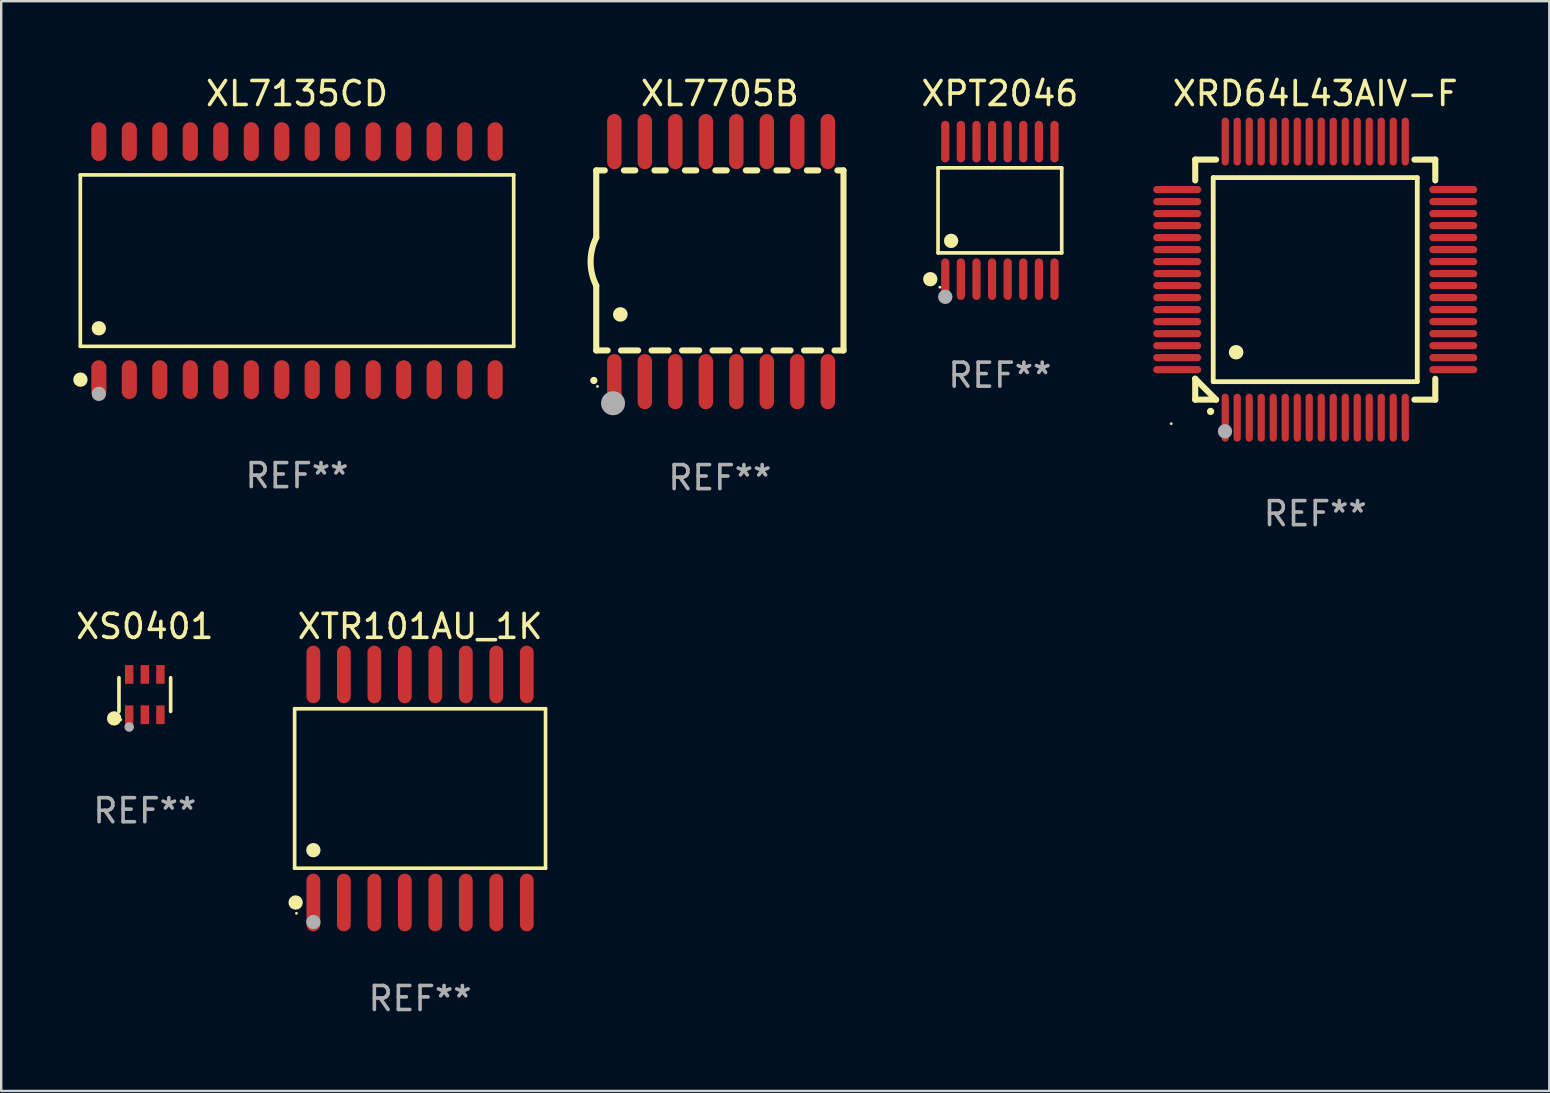
<source format=kicad_pcb>
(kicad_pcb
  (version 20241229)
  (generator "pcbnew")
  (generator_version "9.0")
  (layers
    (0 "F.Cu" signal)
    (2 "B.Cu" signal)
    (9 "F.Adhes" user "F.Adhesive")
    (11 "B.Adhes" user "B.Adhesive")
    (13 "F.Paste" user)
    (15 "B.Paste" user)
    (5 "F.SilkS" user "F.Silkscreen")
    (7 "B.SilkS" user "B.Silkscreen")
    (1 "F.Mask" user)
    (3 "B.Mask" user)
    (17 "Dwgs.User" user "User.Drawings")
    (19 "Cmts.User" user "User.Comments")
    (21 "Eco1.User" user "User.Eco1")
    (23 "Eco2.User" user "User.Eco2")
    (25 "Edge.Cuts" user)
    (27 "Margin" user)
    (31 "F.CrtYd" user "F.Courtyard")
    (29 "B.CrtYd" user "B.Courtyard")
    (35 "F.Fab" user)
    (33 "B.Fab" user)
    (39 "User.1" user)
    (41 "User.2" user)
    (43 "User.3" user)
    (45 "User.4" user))
  (footprint "XL7135CD"
    (layer "F.Cu")
    (at 9.322 7.806)
    (property "Reference" "XL7135CD" (at 0 -6.958 0) (layer "F.SilkS") (effects (font (size 1 1) (thickness 0.15))))
    (attr through_hole)
    (fp_line (start -9.026 -3.571) (end 9.026 -3.571) (stroke (width 0.152) (type solid)) (layer "F.SilkS"))
    (fp_line (start -9.026 3.571) (end -9.026 -3.571) (stroke (width 0.152) (type solid)) (layer "F.SilkS"))
    (fp_line (start 9.026 -3.571) (end 9.026 3.571) (stroke (width 0.152) (type solid)) (layer "F.SilkS"))
    (fp_line (start 9.026 3.571) (end -9.026 3.571) (stroke (width 0.152) (type solid)) (layer "F.SilkS"))
    (fp_circle (center -9.022 4.958) (end -8.872 4.958) (stroke (width 0.3) (type solid)) (fill no) (layer "F.SilkS"))
    (fp_circle (center -8.95 5.15) (end -8.92 5.15) (stroke (width 0.06) (type solid)) (fill no) (layer "F.SilkS"))
    (fp_circle (center -8.255 2.819) (end -8.105 2.819) (stroke (width 0.3) (type solid)) (fill no) (layer "F.SilkS"))
    (fp_circle (center -8.255 5.55) (end -8.105 5.55) (stroke (width 0.3) (type solid)) (fill no) (layer "F.Fab"))
    (fp_text user "REF**" (at 0 8.958 0) (layer "F.Fab") (effects (font (size 1 1) (thickness 0.15))))
    (pad "1" smd oval (at -8.255 4.958) (size 0.63 1.615) (layers "F.Cu" "F.Mask" "F.Paste"))
    (pad "2" smd oval (at -6.985 4.958) (size 0.63 1.615) (layers "F.Cu" "F.Mask" "F.Paste"))
    (pad "3" smd oval (at -5.715 4.958) (size 0.63 1.615) (layers "F.Cu" "F.Mask" "F.Paste"))
    (pad "4" smd oval (at -4.445 4.958) (size 0.63 1.615) (layers "F.Cu" "F.Mask" "F.Paste"))
    (pad "5" smd oval (at -3.175 4.958) (size 0.63 1.615) (layers "F.Cu" "F.Mask" "F.Paste"))
    (pad "6" smd oval (at -1.905 4.958) (size 0.63 1.615) (layers "F.Cu" "F.Mask" "F.Paste"))
    (pad "7" smd oval (at -0.635 4.958) (size 0.63 1.615) (layers "F.Cu" "F.Mask" "F.Paste"))
    (pad "8" smd oval (at 0.635 4.958) (size 0.63 1.615) (layers "F.Cu" "F.Mask" "F.Paste"))
    (pad "9" smd oval (at 1.905 4.958) (size 0.63 1.615) (layers "F.Cu" "F.Mask" "F.Paste"))
    (pad "10" smd oval (at 3.175 4.958) (size 0.63 1.615) (layers "F.Cu" "F.Mask" "F.Paste"))
    (pad "11" smd oval (at 4.445 4.958) (size 0.63 1.615) (layers "F.Cu" "F.Mask" "F.Paste"))
    (pad "12" smd oval (at 5.715 4.958) (size 0.63 1.615) (layers "F.Cu" "F.Mask" "F.Paste"))
    (pad "13" smd oval (at 6.985 4.958) (size 0.63 1.615) (layers "F.Cu" "F.Mask" "F.Paste"))
    (pad "14" smd oval (at 8.255 4.958) (size 0.63 1.615) (layers "F.Cu" "F.Mask" "F.Paste"))
    (pad "15" smd oval (at 8.255 -4.958) (size 0.63 1.615) (layers "F.Cu" "F.Mask" "F.Paste"))
    (pad "16" smd oval (at 6.985 -4.958) (size 0.63 1.615) (layers "F.Cu" "F.Mask" "F.Paste"))
    (pad "17" smd oval (at 5.715 -4.958) (size 0.63 1.615) (layers "F.Cu" "F.Mask" "F.Paste"))
    (pad "18" smd oval (at 4.445 -4.958) (size 0.63 1.615) (layers "F.Cu" "F.Mask" "F.Paste"))
    (pad "19" smd oval (at 3.175 -4.958) (size 0.63 1.615) (layers "F.Cu" "F.Mask" "F.Paste"))
    (pad "20" smd oval (at 1.905 -4.958) (size 0.63 1.615) (layers "F.Cu" "F.Mask" "F.Paste"))
    (pad "21" smd oval (at 0.635 -4.958) (size 0.63 1.615) (layers "F.Cu" "F.Mask" "F.Paste"))
    (pad "22" smd oval (at -0.635 -4.958) (size 0.63 1.615) (layers "F.Cu" "F.Mask" "F.Paste"))
    (pad "23" smd oval (at -1.905 -4.958) (size 0.63 1.615) (layers "F.Cu" "F.Mask" "F.Paste"))
    (pad "24" smd oval (at -3.175 -4.958) (size 0.63 1.615) (layers "F.Cu" "F.Mask" "F.Paste"))
    (pad "25" smd oval (at -4.445 -4.958) (size 0.63 1.615) (layers "F.Cu" "F.Mask" "F.Paste"))
    (pad "26" smd oval (at -5.715 -4.958) (size 0.63 1.615) (layers "F.Cu" "F.Mask" "F.Paste"))
    (pad "27" smd oval (at -6.985 -4.958) (size 0.63 1.615) (layers "F.Cu" "F.Mask" "F.Paste"))
    (pad "28" smd oval (at -8.255 -4.958) (size 0.63 1.615) (layers "F.Cu" "F.Mask" "F.Paste")))
  (footprint "XS0401"
    (layer "F.Cu")
    (at 2.982 25.884)
    (property "Reference" "XS0401" (at 0 -2.84 0) (layer "F.SilkS") (effects (font (size 1 1) (thickness 0.15))))
    (attr through_hole)
    (fp_line (start -1.076 0.701) (end -1.076 -0.701) (stroke (width 0.152) (type solid)) (layer "F.SilkS"))
    (fp_line (start 1.076 0.701) (end 1.076 -0.701) (stroke (width 0.152) (type solid)) (layer "F.SilkS"))
    (fp_circle (center -1.277 0.992) (end -1.127 0.992) (stroke (width 0.3) (type solid)) (fill no) (layer "F.SilkS"))
    (fp_circle (center -1 1.05) (end -0.97 1.05) (stroke (width 0.06) (type solid)) (fill no) (layer "F.SilkS"))
    (fp_circle (center -0.65 1.35) (end -0.55 1.35) (stroke (width 0.2) (type solid)) (fill no) (layer "F.Fab"))
    (fp_text user "REF**" (at 0 4.84 0) (layer "F.Fab") (effects (font (size 1 1) (thickness 0.15))))
    (pad "1" smd rect (at -0.65 0.84) (size 0.35 0.78) (layers "F.Cu" "F.Mask" "F.Paste"))
    (pad "2" smd rect (at 0 0.84) (size 0.35 0.78) (layers "F.Cu" "F.Mask" "F.Paste"))
    (pad "3" smd rect (at 0.65 0.84) (size 0.35 0.78) (layers "F.Cu" "F.Mask" "F.Paste"))
    (pad "4" smd rect (at 0.65 -0.84) (size 0.35 0.78) (layers "F.Cu" "F.Mask" "F.Paste"))
    (pad "5" smd rect (at 0 -0.84) (size 0.35 0.78) (layers "F.Cu" "F.Mask" "F.Paste"))
    (pad "6" smd rect (at -0.65 -0.84) (size 0.35 0.78) (layers "F.Cu" "F.Mask" "F.Paste")))
  (footprint "XRD64L43AIV-F"
    (layer "F.Cu")
    (at 51.738 8.598)
    (property "Reference" "XRD64L43AIV-F" (at 0 -7.75 0) (layer "F.SilkS") (effects (font (size 1 1) (thickness 0.15))))
    (attr through_hole)
    (fp_line (start -5 -5) (end -4.131 -5) (stroke (width 0.254) (type solid)) (layer "F.SilkS"))
    (fp_line (start -5 -4.131) (end -5 -5) (stroke (width 0.254) (type solid)) (layer "F.SilkS"))
    (fp_line (start -5 4.131) (end -5 4.131) (stroke (width 0.254) (type solid)) (layer "F.SilkS"))
    (fp_line (start -5 5) (end -5 4.131) (stroke (width 0.254) (type solid)) (layer "F.SilkS"))
    (fp_line (start -5 4.131) (end -4.131 5) (stroke (width 0.254) (type solid)) (layer "F.SilkS"))
    (fp_line (start -4.25 -4.25) (end -4.25 4.25) (stroke (width 0.2) (type solid)) (layer "F.SilkS"))
    (fp_line (start -4.25 4.25) (end 4.25 4.25) (stroke (width 0.2) (type solid)) (layer "F.SilkS"))
    (fp_line (start -4.131 5) (end -5 5) (stroke (width 0.254) (type solid)) (layer "F.SilkS"))
    (fp_line (start 4.25 -4.25) (end -4.25 -4.25) (stroke (width 0.2) (type solid)) (layer "F.SilkS"))
    (fp_line (start 4.25 4.25) (end 4.25 -4.25) (stroke (width 0.2) (type solid)) (layer "F.SilkS"))
    (fp_line (start 5 -5) (end 4.131 -5) (stroke (width 0.254) (type solid)) (layer "F.SilkS"))
    (fp_line (start 5 -5) (end 5 -4.131) (stroke (width 0.254) (type solid)) (layer "F.SilkS"))
    (fp_line (start 5 4.131) (end 5 5) (stroke (width 0.254) (type solid)) (layer "F.SilkS"))
    (fp_line (start 5 5) (end 4.131 5) (stroke (width 0.254) (type solid)) (layer "F.SilkS"))
    (fp_arc (start -4.361265 5.489992) (mid -4.359995 5.489987) (end -4.358725 5.489992) (stroke (width 0.3) (type solid)) (layer "F.SilkS"))
    (fp_arc (start -3.299467 3.025146) (mid -3.296927 3.025135) (end -3.294387 3.025146) (stroke (width 0.6) (type solid)) (layer "F.SilkS"))
    (fp_circle (center -6 6) (end -5.97 6) (stroke (width 0.06) (type solid)) (fill no) (layer "F.SilkS"))
    (fp_circle (center -3.76 6.32) (end -3.61 6.32) (stroke (width 0.3) (type solid)) (fill no) (layer "F.Fab"))
    (fp_text user "REF**" (at 0 9.75 0) (layer "F.Fab") (effects (font (size 1 1) (thickness 0.15))))
    (pad "1" smd oval (at -3.75 5.75) (size 0.3 2) (layers "F.Cu" "F.Mask" "F.Paste"))
    (pad "2" smd oval (at -3.25 5.75) (size 0.3 2) (layers "F.Cu" "F.Mask" "F.Paste"))
    (pad "3" smd oval (at -2.75 5.75) (size 0.3 2) (layers "F.Cu" "F.Mask" "F.Paste"))
    (pad "4" smd oval (at -2.25 5.75) (size 0.3 2) (layers "F.Cu" "F.Mask" "F.Paste"))
    (pad "5" smd oval (at -1.75 5.75) (size 0.3 2) (layers "F.Cu" "F.Mask" "F.Paste"))
    (pad "6" smd oval (at -1.25 5.75) (size 0.3 2) (layers "F.Cu" "F.Mask" "F.Paste"))
    (pad "7" smd oval (at -0.75 5.75) (size 0.3 2) (layers "F.Cu" "F.Mask" "F.Paste"))
    (pad "8" smd oval (at -0.25 5.75) (size 0.3 2) (layers "F.Cu" "F.Mask" "F.Paste"))
    (pad "9" smd oval (at 0.25 5.75) (size 0.3 2) (layers "F.Cu" "F.Mask" "F.Paste"))
    (pad "10" smd oval (at 0.75 5.75) (size 0.3 2) (layers "F.Cu" "F.Mask" "F.Paste"))
    (pad "11" smd oval (at 1.25 5.75) (size 0.3 2) (layers "F.Cu" "F.Mask" "F.Paste"))
    (pad "12" smd oval (at 1.75 5.75) (size 0.3 2) (layers "F.Cu" "F.Mask" "F.Paste"))
    (pad "13" smd oval (at 2.25 5.75) (size 0.3 2) (layers "F.Cu" "F.Mask" "F.Paste"))
    (pad "14" smd oval (at 2.75 5.75) (size 0.3 2) (layers "F.Cu" "F.Mask" "F.Paste"))
    (pad "15" smd oval (at 3.25 5.75) (size 0.3 2) (layers "F.Cu" "F.Mask" "F.Paste"))
    (pad "16" smd oval (at 3.75 5.75) (size 0.3 2) (layers "F.Cu" "F.Mask" "F.Paste"))
    (pad "17" smd oval (at 5.75 3.75) (size 2 0.3) (layers "F.Cu" "F.Mask" "F.Paste"))
    (pad "18" smd oval (at 5.75 3.25) (size 2 0.3) (layers "F.Cu" "F.Mask" "F.Paste"))
    (pad "19" smd oval (at 5.75 2.75) (size 2 0.3) (layers "F.Cu" "F.Mask" "F.Paste"))
    (pad "20" smd oval (at 5.75 2.25) (size 2 0.3) (layers "F.Cu" "F.Mask" "F.Paste"))
    (pad "21" smd oval (at 5.75 1.75) (size 2 0.3) (layers "F.Cu" "F.Mask" "F.Paste"))
    (pad "22" smd oval (at 5.75 1.25) (size 2 0.3) (layers "F.Cu" "F.Mask" "F.Paste"))
    (pad "23" smd oval (at 5.75 0.75) (size 2 0.3) (layers "F.Cu" "F.Mask" "F.Paste"))
    (pad "24" smd oval (at 5.75 0.25) (size 2 0.3) (layers "F.Cu" "F.Mask" "F.Paste"))
    (pad "25" smd oval (at 5.75 -0.25) (size 2 0.3) (layers "F.Cu" "F.Mask" "F.Paste"))
    (pad "26" smd oval (at 5.75 -0.75) (size 2 0.3) (layers "F.Cu" "F.Mask" "F.Paste"))
    (pad "27" smd oval (at 5.75 -1.25) (size 2 0.3) (layers "F.Cu" "F.Mask" "F.Paste"))
    (pad "28" smd oval (at 5.75 -1.75) (size 2 0.3) (layers "F.Cu" "F.Mask" "F.Paste"))
    (pad "29" smd oval (at 5.75 -2.25) (size 2 0.3) (layers "F.Cu" "F.Mask" "F.Paste"))
    (pad "30" smd oval (at 5.75 -2.75) (size 2 0.3) (layers "F.Cu" "F.Mask" "F.Paste"))
    (pad "31" smd oval (at 5.75 -3.25) (size 2 0.3) (layers "F.Cu" "F.Mask" "F.Paste"))
    (pad "32" smd oval (at 5.75 -3.75) (size 2 0.3) (layers "F.Cu" "F.Mask" "F.Paste"))
    (pad "33" smd oval (at 3.75 -5.75) (size 0.3 2) (layers "F.Cu" "F.Mask" "F.Paste"))
    (pad "34" smd oval (at 3.25 -5.75) (size 0.3 2) (layers "F.Cu" "F.Mask" "F.Paste"))
    (pad "35" smd oval (at 2.75 -5.75) (size 0.3 2) (layers "F.Cu" "F.Mask" "F.Paste"))
    (pad "36" smd oval (at 2.25 -5.75) (size 0.3 2) (layers "F.Cu" "F.Mask" "F.Paste"))
    (pad "37" smd oval (at 1.75 -5.75) (size 0.3 2) (layers "F.Cu" "F.Mask" "F.Paste"))
    (pad "38" smd oval (at 1.25 -5.75) (size 0.3 2) (layers "F.Cu" "F.Mask" "F.Paste"))
    (pad "39" smd oval (at 0.75 -5.75) (size 0.3 2) (layers "F.Cu" "F.Mask" "F.Paste"))
    (pad "40" smd oval (at 0.25 -5.75) (size 0.3 2) (layers "F.Cu" "F.Mask" "F.Paste"))
    (pad "41" smd oval (at -0.25 -5.75) (size 0.3 2) (layers "F.Cu" "F.Mask" "F.Paste"))
    (pad "42" smd oval (at -0.75 -5.75) (size 0.3 2) (layers "F.Cu" "F.Mask" "F.Paste"))
    (pad "43" smd oval (at -1.25 -5.75) (size 0.3 2) (layers "F.Cu" "F.Mask" "F.Paste"))
    (pad "44" smd oval (at -1.75 -5.75) (size 0.3 2) (layers "F.Cu" "F.Mask" "F.Paste"))
    (pad "45" smd oval (at -2.25 -5.75) (size 0.3 2) (layers "F.Cu" "F.Mask" "F.Paste"))
    (pad "46" smd oval (at -2.75 -5.75) (size 0.3 2) (layers "F.Cu" "F.Mask" "F.Paste"))
    (pad "47" smd oval (at -3.25 -5.75) (size 0.3 2) (layers "F.Cu" "F.Mask" "F.Paste"))
    (pad "48" smd oval (at -3.75 -5.75) (size 0.3 2) (layers "F.Cu" "F.Mask" "F.Paste"))
    (pad "49" smd oval (at -5.75 -3.75) (size 2 0.3) (layers "F.Cu" "F.Mask" "F.Paste"))
    (pad "50" smd oval (at -5.75 -3.25) (size 2 0.3) (layers "F.Cu" "F.Mask" "F.Paste"))
    (pad "51" smd oval (at -5.75 -2.75) (size 2 0.3) (layers "F.Cu" "F.Mask" "F.Paste"))
    (pad "52" smd oval (at -5.75 -2.25) (size 2 0.3) (layers "F.Cu" "F.Mask" "F.Paste"))
    (pad "53" smd oval (at -5.75 -1.75) (size 2 0.3) (layers "F.Cu" "F.Mask" "F.Paste"))
    (pad "54" smd oval (at -5.75 -1.25) (size 2 0.3) (layers "F.Cu" "F.Mask" "F.Paste"))
    (pad "55" smd oval (at -5.75 -0.75) (size 2 0.3) (layers "F.Cu" "F.Mask" "F.Paste"))
    (pad "56" smd oval (at -5.75 -0.25) (size 2 0.3) (layers "F.Cu" "F.Mask" "F.Paste"))
    (pad "57" smd oval (at -5.75 0.25) (size 2 0.3) (layers "F.Cu" "F.Mask" "F.Paste"))
    (pad "58" smd oval (at -5.75 0.75) (size 2 0.3) (layers "F.Cu" "F.Mask" "F.Paste"))
    (pad "59" smd oval (at -5.75 1.25) (size 2 0.3) (layers "F.Cu" "F.Mask" "F.Paste"))
    (pad "60" smd oval (at -5.75 1.75) (size 2 0.3) (layers "F.Cu" "F.Mask" "F.Paste"))
    (pad "61" smd oval (at -5.75 2.25) (size 2 0.3) (layers "F.Cu" "F.Mask" "F.Paste"))
    (pad "62" smd oval (at -5.75 2.75) (size 2 0.3) (layers "F.Cu" "F.Mask" "F.Paste"))
    (pad "63" smd oval (at -5.75 3.25) (size 2 0.3) (layers "F.Cu" "F.Mask" "F.Paste"))
    (pad "64" smd oval (at -5.75 3.75) (size 2 0.3) (layers "F.Cu" "F.Mask" "F.Paste")))
  (footprint "XPT2046"
    (layer "F.Cu")
    (at 38.601 5.714)
    (property "Reference" "XPT2046" (at 0 -4.866 0) (layer "F.SilkS") (effects (font (size 1 1) (thickness 0.15))))
    (attr through_hole)
    (fp_line (start -2.576 -1.772) (end 2.576 -1.772) (stroke (width 0.152) (type solid)) (layer "F.SilkS"))
    (fp_line (start -2.576 1.771) (end -2.576 -1.772) (stroke (width 0.152) (type solid)) (layer "F.SilkS"))
    (fp_line (start 2.576 -1.772) (end 2.576 1.771) (stroke (width 0.152) (type solid)) (layer "F.SilkS"))
    (fp_line (start 2.576 1.771) (end -2.576 1.771) (stroke (width 0.152) (type solid)) (layer "F.SilkS"))
    (fp_circle (center -2.899 2.866) (end -2.749 2.866) (stroke (width 0.3) (type solid)) (fill no) (layer "F.SilkS"))
    (fp_circle (center -2.5 3.2) (end -2.47 3.2) (stroke (width 0.06) (type solid)) (fill no) (layer "F.SilkS"))
    (fp_circle (center -2.032 1.27) (end -1.882 1.27) (stroke (width 0.3) (type solid)) (fill no) (layer "F.SilkS"))
    (fp_circle (center -2.275 3.6) (end -2.125 3.6) (stroke (width 0.3) (type solid)) (fill no) (layer "F.Fab"))
    (fp_text user "REF**" (at 0 6.866 0) (layer "F.Fab") (effects (font (size 1 1) (thickness 0.15))))
    (pad "1" smd oval (at -2.275 2.866) (size 0.343 1.731) (layers "F.Cu" "F.Mask" "F.Paste"))
    (pad "2" smd oval (at -1.625 2.866) (size 0.343 1.731) (layers "F.Cu" "F.Mask" "F.Paste"))
    (pad "3" smd oval (at -0.975 2.866) (size 0.343 1.731) (layers "F.Cu" "F.Mask" "F.Paste"))
    (pad "4" smd oval (at -0.325 2.866) (size 0.343 1.731) (layers "F.Cu" "F.Mask" "F.Paste"))
    (pad "5" smd oval (at 0.325 2.866) (size 0.343 1.731) (layers "F.Cu" "F.Mask" "F.Paste"))
    (pad "6" smd oval (at 0.975 2.866) (size 0.343 1.731) (layers "F.Cu" "F.Mask" "F.Paste"))
    (pad "7" smd oval (at 1.625 2.866) (size 0.343 1.731) (layers "F.Cu" "F.Mask" "F.Paste"))
    (pad "8" smd oval (at 2.275 2.866) (size 0.343 1.731) (layers "F.Cu" "F.Mask" "F.Paste"))
    (pad "9" smd oval (at 2.275 -2.866) (size 0.343 1.731) (layers "F.Cu" "F.Mask" "F.Paste"))
    (pad "10" smd oval (at 1.625 -2.866) (size 0.343 1.731) (layers "F.Cu" "F.Mask" "F.Paste"))
    (pad "11" smd oval (at 0.975 -2.866) (size 0.343 1.731) (layers "F.Cu" "F.Mask" "F.Paste"))
    (pad "12" smd oval (at 0.325 -2.866) (size 0.343 1.731) (layers "F.Cu" "F.Mask" "F.Paste"))
    (pad "13" smd oval (at -0.325 -2.866) (size 0.343 1.731) (layers "F.Cu" "F.Mask" "F.Paste"))
    (pad "14" smd oval (at -0.975 -2.866) (size 0.343 1.731) (layers "F.Cu" "F.Mask" "F.Paste"))
    (pad "15" smd oval (at -1.625 -2.866) (size 0.343 1.731) (layers "F.Cu" "F.Mask" "F.Paste"))
    (pad "16" smd oval (at -2.275 -2.866) (size 0.343 1.731) (layers "F.Cu" "F.Mask" "F.Paste")))
  (footprint "XL7705B"
    (layer "F.Cu")
    (at 26.937 7.848)
    (property "Reference" "XL7705B" (at 0 -7 0) (layer "F.SilkS") (effects (font (size 1 1) (thickness 0.15))))
    (attr through_hole)
    (fp_line (start -5.15 -3.8) (end -4.794 -3.8) (stroke (width 0.254) (type solid)) (layer "F.SilkS"))
    (fp_line (start -5.15 -1) (end -5.15 -3.8) (stroke (width 0.254) (type solid)) (layer "F.SilkS"))
    (fp_line (start -5.15 3.7) (end -5.15 1.001) (stroke (width 0.254) (type solid)) (layer "F.SilkS"))
    (fp_line (start -4.675 3.7) (end -5.15 3.7) (stroke (width 0.254) (type solid)) (layer "F.SilkS"))
    (fp_line (start -3.996 -3.8) (end -3.524 -3.8) (stroke (width 0.254) (type solid)) (layer "F.SilkS"))
    (fp_line (start -3.405 3.7) (end -4.115 3.7) (stroke (width 0.254) (type solid)) (layer "F.SilkS"))
    (fp_line (start -2.726 -3.8) (end -2.254 -3.8) (stroke (width 0.254) (type solid)) (layer "F.SilkS"))
    (fp_line (start -2.135 3.7) (end -2.845 3.7) (stroke (width 0.254) (type solid)) (layer "F.SilkS"))
    (fp_line (start -1.456 -3.8) (end -0.984 -3.8) (stroke (width 0.254) (type solid)) (layer "F.SilkS"))
    (fp_line (start -0.865 3.7) (end -1.575 3.7) (stroke (width 0.254) (type solid)) (layer "F.SilkS"))
    (fp_line (start -0.186 -3.8) (end 0.286 -3.8) (stroke (width 0.254) (type solid)) (layer "F.SilkS"))
    (fp_line (start 0.405 3.7) (end -0.305 3.7) (stroke (width 0.254) (type solid)) (layer "F.SilkS"))
    (fp_line (start 1.084 -3.8) (end 1.556 -3.8) (stroke (width 0.254) (type solid)) (layer "F.SilkS"))
    (fp_line (start 1.675 3.7) (end 0.965 3.7) (stroke (width 0.254) (type solid)) (layer "F.SilkS"))
    (fp_line (start 2.354 -3.8) (end 2.826 -3.8) (stroke (width 0.254) (type solid)) (layer "F.SilkS"))
    (fp_line (start 2.945 3.7) (end 2.235 3.7) (stroke (width 0.254) (type solid)) (layer "F.SilkS"))
    (fp_line (start 3.624 -3.8) (end 4.096 -3.8) (stroke (width 0.254) (type solid)) (layer "F.SilkS"))
    (fp_line (start 4.215 3.7) (end 3.505 3.7) (stroke (width 0.254) (type solid)) (layer "F.SilkS"))
    (fp_line (start 4.894 -3.8) (end 5.15 -3.8) (stroke (width 0.254) (type solid)) (layer "F.SilkS"))
    (fp_line (start 5.15 -3.8) (end 5.15 3.7) (stroke (width 0.254) (type solid)) (layer "F.SilkS"))
    (fp_line (start 5.15 3.7) (end 4.775 3.7) (stroke (width 0.254) (type solid)) (layer "F.SilkS"))
    (fp_arc (start -5.250991 4.950495) (mid -5.249721 4.95049) (end -5.248451 4.950495) (stroke (width 0.3) (type solid)) (layer "F.SilkS"))
    (fp_arc (start -5.149111 1.000507) (mid -5.385546 0.000374) (end -5.150025 -0.999975) (stroke (width 0.254001) (type solid)) (layer "F.SilkS"))
    (fp_arc (start -4.15 2.200025) (mid -4.14619 2.200001) (end -4.14238 2.200025) (stroke (width 0.6) (type solid)) (layer "F.SilkS"))
    (fp_circle (center -5.1 5.2) (end -5.07 5.2) (stroke (width 0.06) (type solid)) (fill no) (layer "F.SilkS"))
    (fp_circle (center -4.45 5.9) (end -4.2 5.9) (stroke (width 0.5) (type solid)) (fill no) (layer "F.Fab"))
    (fp_text user "REF**" (at 0 9 0) (layer "F.Fab") (effects (font (size 1 1) (thickness 0.15))))
    (pad "1" smd oval (at -4.395 5 180) (size 0.6 2.3) (layers "F.Cu" "F.Mask" "F.Paste"))
    (pad "2" smd oval (at -3.125 5 180) (size 0.6 2.3) (layers "F.Cu" "F.Mask" "F.Paste"))
    (pad "3" smd oval (at -1.855 5 180) (size 0.6 2.3) (layers "F.Cu" "F.Mask" "F.Paste"))
    (pad "4" smd oval (at -0.585 5 180) (size 0.6 2.3) (layers "F.Cu" "F.Mask" "F.Paste"))
    (pad "5" smd oval (at 0.685 5 180) (size 0.6 2.3) (layers "F.Cu" "F.Mask" "F.Paste"))
    (pad "6" smd oval (at 1.955 5 180) (size 0.6 2.3) (layers "F.Cu" "F.Mask" "F.Paste"))
    (pad "7" smd oval (at 3.225 5 180) (size 0.6 2.3) (layers "F.Cu" "F.Mask" "F.Paste"))
    (pad "8" smd oval (at 4.495 5 180) (size 0.6 2.3) (layers "F.Cu" "F.Mask" "F.Paste"))
    (pad "9" smd oval (at 4.495 -5 180) (size 0.6 2.3) (layers "F.Cu" "F.Mask" "F.Paste"))
    (pad "10" smd oval (at 3.225 -5 180) (size 0.6 2.3) (layers "F.Cu" "F.Mask" "F.Paste"))
    (pad "11" smd oval (at 1.955 -5 180) (size 0.6 2.3) (layers "F.Cu" "F.Mask" "F.Paste"))
    (pad "12" smd oval (at 0.685 -5 180) (size 0.6 2.3) (layers "F.Cu" "F.Mask" "F.Paste"))
    (pad "13" smd oval (at -0.585 -5 180) (size 0.6 2.3) (layers "F.Cu" "F.Mask" "F.Paste"))
    (pad "14" smd oval (at -1.855 -5 180) (size 0.6 2.3) (layers "F.Cu" "F.Mask" "F.Paste"))
    (pad "15" smd oval (at -3.125 -5 180) (size 0.6 2.3) (layers "F.Cu" "F.Mask" "F.Paste"))
    (pad "16" smd oval (at -4.395 -5 180) (size 0.6 2.3) (layers "F.Cu" "F.Mask" "F.Paste")))
  (footprint "XTR101AU_1K"
    (layer "F.Cu")
    (at 14.449 29.795)
    (property "Reference" "XTR101AU_1K" (at 0 -6.75 0) (layer "F.SilkS") (effects (font (size 1 1) (thickness 0.15))))
    (attr through_hole)
    (fp_line (start -5.226 -3.321) (end 5.226 -3.321) (stroke (width 0.152) (type solid)) (layer "F.SilkS"))
    (fp_line (start -5.226 3.321) (end -5.226 -3.321) (stroke (width 0.152) (type solid)) (layer "F.SilkS"))
    (fp_line (start 5.226 -3.321) (end 5.226 3.321) (stroke (width 0.152) (type solid)) (layer "F.SilkS"))
    (fp_line (start 5.226 3.321) (end -5.226 3.321) (stroke (width 0.152) (type solid)) (layer "F.SilkS"))
    (fp_circle (center -5.184 4.75) (end -5.034 4.75) (stroke (width 0.3) (type solid)) (fill no) (layer "F.SilkS"))
    (fp_circle (center -5.15 5.2) (end -5.12 5.2) (stroke (width 0.06) (type solid)) (fill no) (layer "F.SilkS"))
    (fp_circle (center -4.445 2.569) (end -4.295 2.569) (stroke (width 0.3) (type solid)) (fill no) (layer "F.SilkS"))
    (fp_circle (center -4.445 5.563) (end -4.295 5.563) (stroke (width 0.3) (type solid)) (fill no) (layer "F.Fab"))
    (fp_text user "REF**" (at 0 8.75 0) (layer "F.Fab") (effects (font (size 1 1) (thickness 0.15))))
    (pad "1" smd oval (at -4.445 4.75) (size 0.574 2.401) (layers "F.Cu" "F.Mask" "F.Paste"))
    (pad "2" smd oval (at -3.175 4.75) (size 0.574 2.401) (layers "F.Cu" "F.Mask" "F.Paste"))
    (pad "3" smd oval (at -1.905 4.75) (size 0.574 2.401) (layers "F.Cu" "F.Mask" "F.Paste"))
    (pad "4" smd oval (at -0.635 4.75) (size 0.574 2.401) (layers "F.Cu" "F.Mask" "F.Paste"))
    (pad "5" smd oval (at 0.635 4.75) (size 0.574 2.401) (layers "F.Cu" "F.Mask" "F.Paste"))
    (pad "6" smd oval (at 1.905 4.75) (size 0.574 2.401) (layers "F.Cu" "F.Mask" "F.Paste"))
    (pad "7" smd oval (at 3.175 4.75) (size 0.574 2.401) (layers "F.Cu" "F.Mask" "F.Paste"))
    (pad "8" smd oval (at 4.445 4.75) (size 0.574 2.401) (layers "F.Cu" "F.Mask" "F.Paste"))
    (pad "9" smd oval (at 4.445 -4.75) (size 0.574 2.401) (layers "F.Cu" "F.Mask" "F.Paste"))
    (pad "10" smd oval (at 3.175 -4.75) (size 0.574 2.401) (layers "F.Cu" "F.Mask" "F.Paste"))
    (pad "11" smd oval (at 1.905 -4.75) (size 0.574 2.401) (layers "F.Cu" "F.Mask" "F.Paste"))
    (pad "12" smd oval (at 0.635 -4.75) (size 0.574 2.401) (layers "F.Cu" "F.Mask" "F.Paste"))
    (pad "13" smd oval (at -0.635 -4.75) (size 0.574 2.401) (layers "F.Cu" "F.Mask" "F.Paste"))
    (pad "14" smd oval (at -1.905 -4.75) (size 0.574 2.401) (layers "F.Cu" "F.Mask" "F.Paste"))
    (pad "15" smd oval (at -3.175 -4.75) (size 0.574 2.401) (layers "F.Cu" "F.Mask" "F.Paste"))
    (pad "16" smd oval (at -4.445 -4.75) (size 0.574 2.401) (layers "F.Cu" "F.Mask" "F.Paste")))
  (gr_rect
    (start -3 -3)
    (end 61.488 42.393)
    (stroke (width 0.1) (type default))
    (fill no)
    (layer "Edge.Cuts")))
</source>
